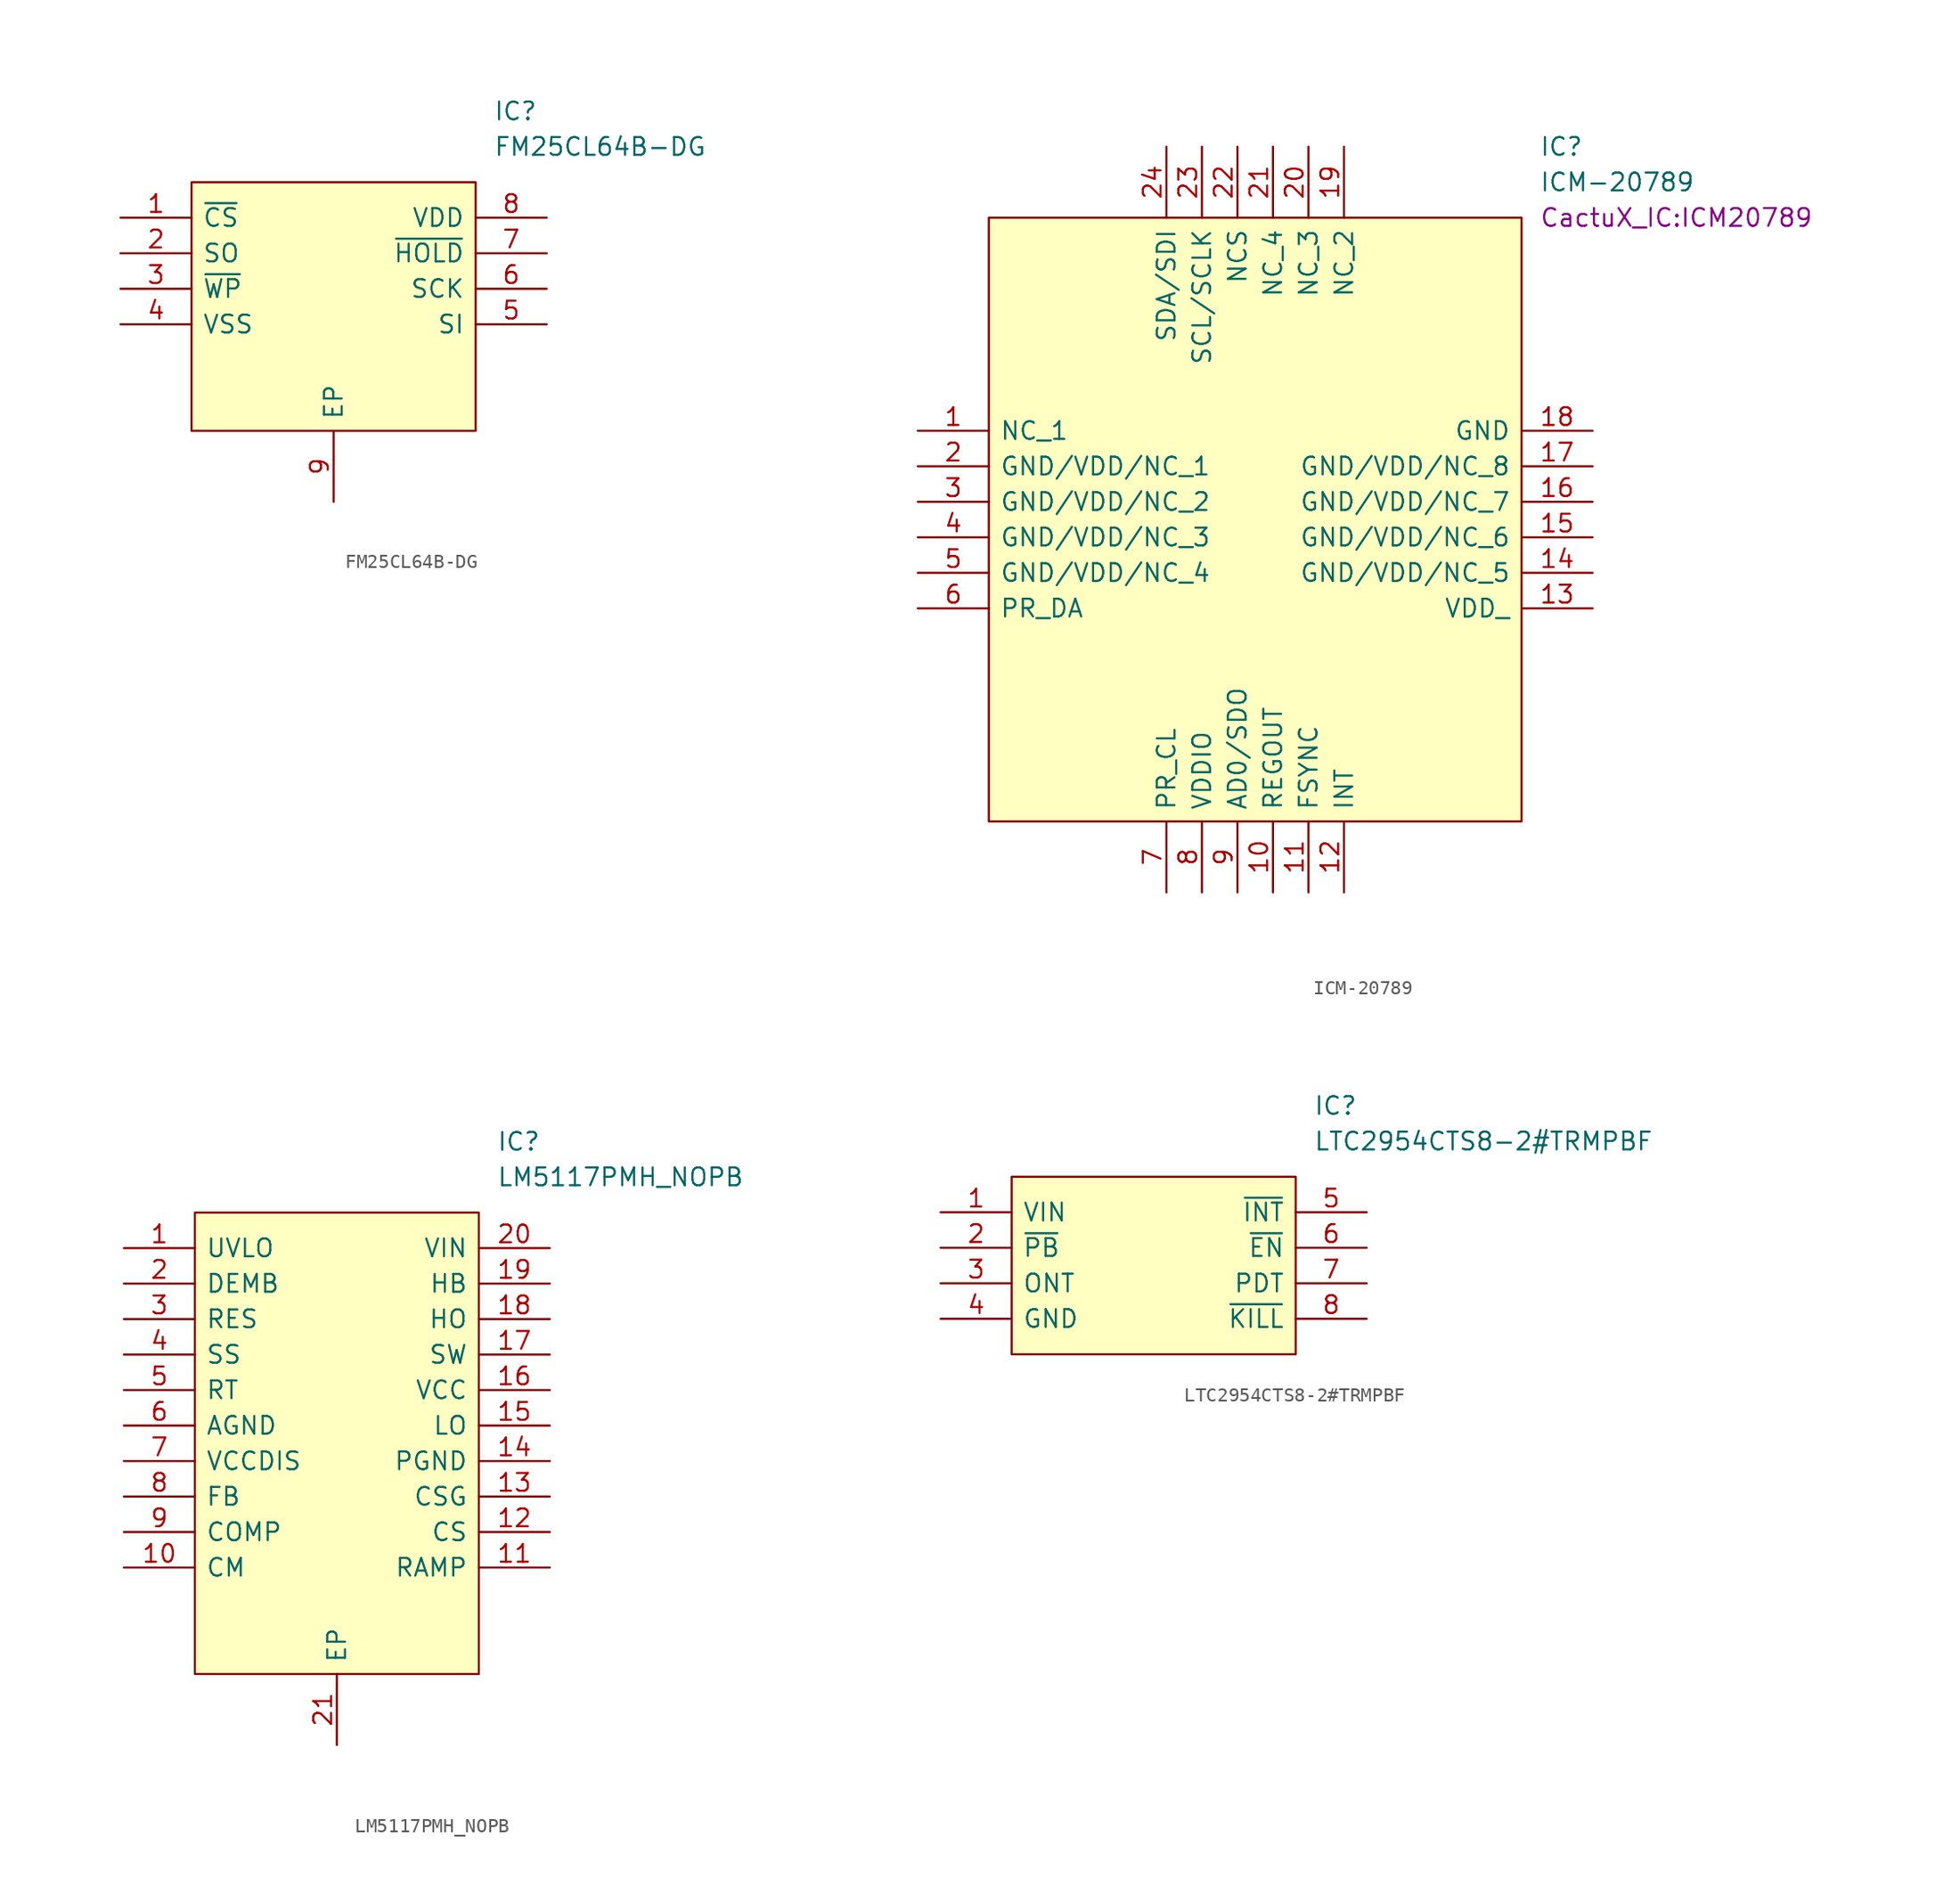
<source format=kicad_sym>
(kicad_symbol_lib
  (version 20220914)
  (generator kicad_symbol_editor)
  (symbol "FM25CL64B-DG"
    (pin_names
      (offset 0.762))
    (property "Reference" "IC"
      (at 26.67 7.62 0)
      (effects (font (size 1.27 1.27)) (justify left)))
    (property "Value" "FM25CL64B-DG"
      (at 26.67 5.08 0)
      (effects (font (size 1.27 1.27)) (justify left)))
    (symbol "FM25CL64B-DG_0_0"
      (pin passive line (at 0 0 0) (length 5.08) (name "~{CS}" (effects (font (size 1.27 1.27)))) (number "1" (effects (font (size 1.27 1.27)))))
      (pin passive line (at 0 -2.54 0) (length 5.08) (name "SO" (effects (font (size 1.27 1.27)))) (number "2" (effects (font (size 1.27 1.27)))))
      (pin passive line (at 0 -5.08 0) (length 5.08) (name "~{WP}" (effects (font (size 1.27 1.27)))) (number "3" (effects (font (size 1.27 1.27)))))
      (pin passive line (at 0 -7.62 0) (length 5.08) (name "VSS" (effects (font (size 1.27 1.27)))) (number "4" (effects (font (size 1.27 1.27)))))
      (pin passive line (at 30.48 -7.62 180) (length 5.08) (name "SI" (effects (font (size 1.27 1.27)))) (number "5" (effects (font (size 1.27 1.27)))))
      (pin passive line (at 30.48 -5.08 180) (length 5.08) (name "SCK" (effects (font (size 1.27 1.27)))) (number "6" (effects (font (size 1.27 1.27)))))
      (pin passive line (at 30.48 -2.54 180) (length 5.08) (name "~{HOLD}" (effects (font (size 1.27 1.27)))) (number "7" (effects (font (size 1.27 1.27)))))
      (pin passive line (at 30.48 0 180) (length 5.08) (name "VDD" (effects (font (size 1.27 1.27)))) (number "8" (effects (font (size 1.27 1.27)))))
      (pin passive line (at 15.24 -20.32 90) (length 5.08) (name "EP" (effects (font (size 1.27 1.27)))) (number "9" (effects (font (size 1.27 1.27))))))
    (symbol "FM25CL64B-DG_1_1"
      (polyline (pts (xy 5.08 2.54) (xy 25.4 2.54) (xy 25.4 -15.24) (xy 5.08 -15.24) (xy 5.08 2.54)) (stroke (width 0.152) (type solid)) (fill (type background)))))
  (symbol "ICM-20789"
    (pin_names
      (offset 0.762))
    (property "Reference" "IC"
      (at 44.45 20.32 0)
      (effects (font (size 1.27 1.27)) (justify left)))
    (property "Value" "ICM-20789"
      (at 44.45 17.78 0)
      (effects (font (size 1.27 1.27)) (justify left)))
    (property "Footprint" "CactuX_IC:ICM20789"
      (at 44.45 15.24 0)
      (effects (font (size 1.27 1.27)) (justify left)))
    (symbol "ICM-20789_0_0"
      (pin passive line (at 0 0 0) (length 5.08) (name "NC_1" (effects (font (size 1.27 1.27)))) (number "1" (effects (font (size 1.27 1.27)))))
      (pin passive line (at 25.4 -33.02 90) (length 5.08) (name "REGOUT" (effects (font (size 1.27 1.27)))) (number "10" (effects (font (size 1.27 1.27)))))
      (pin passive line (at 27.94 -33.02 90) (length 5.08) (name "FSYNC" (effects (font (size 1.27 1.27)))) (number "11" (effects (font (size 1.27 1.27)))))
      (pin passive line (at 30.48 -33.02 90) (length 5.08) (name "INT" (effects (font (size 1.27 1.27)))) (number "12" (effects (font (size 1.27 1.27)))))
      (pin passive line (at 48.26 -12.7 180) (length 5.08) (name "VDD_" (effects (font (size 1.27 1.27)))) (number "13" (effects (font (size 1.27 1.27)))))
      (pin passive line (at 48.26 -10.16 180) (length 5.08) (name "GND/VDD/NC_5" (effects (font (size 1.27 1.27)))) (number "14" (effects (font (size 1.27 1.27)))))
      (pin passive line (at 48.26 -7.62 180) (length 5.08) (name "GND/VDD/NC_6" (effects (font (size 1.27 1.27)))) (number "15" (effects (font (size 1.27 1.27)))))
      (pin passive line (at 48.26 -5.08 180) (length 5.08) (name "GND/VDD/NC_7" (effects (font (size 1.27 1.27)))) (number "16" (effects (font (size 1.27 1.27)))))
      (pin passive line (at 48.26 -2.54 180) (length 5.08) (name "GND/VDD/NC_8" (effects (font (size 1.27 1.27)))) (number "17" (effects (font (size 1.27 1.27)))))
      (pin passive line (at 48.26 0 180) (length 5.08) (name "GND" (effects (font (size 1.27 1.27)))) (number "18" (effects (font (size 1.27 1.27)))))
      (pin passive line (at 30.48 20.32 270) (length 5.08) (name "NC_2" (effects (font (size 1.27 1.27)))) (number "19" (effects (font (size 1.27 1.27)))))
      (pin passive line (at 0 -2.54 0) (length 5.08) (name "GND/VDD/NC_1" (effects (font (size 1.27 1.27)))) (number "2" (effects (font (size 1.27 1.27)))))
      (pin passive line (at 27.94 20.32 270) (length 5.08) (name "NC_3" (effects (font (size 1.27 1.27)))) (number "20" (effects (font (size 1.27 1.27)))))
      (pin passive line (at 25.4 20.32 270) (length 5.08) (name "NC_4" (effects (font (size 1.27 1.27)))) (number "21" (effects (font (size 1.27 1.27)))))
      (pin passive line (at 22.86 20.32 270) (length 5.08) (name "NCS" (effects (font (size 1.27 1.27)))) (number "22" (effects (font (size 1.27 1.27)))))
      (pin passive line (at 20.32 20.32 270) (length 5.08) (name "SCL/SCLK" (effects (font (size 1.27 1.27)))) (number "23" (effects (font (size 1.27 1.27)))))
      (pin passive line (at 17.78 20.32 270) (length 5.08) (name "SDA/SDI" (effects (font (size 1.27 1.27)))) (number "24" (effects (font (size 1.27 1.27)))))
      (pin passive line (at 0 -5.08 0) (length 5.08) (name "GND/VDD/NC_2" (effects (font (size 1.27 1.27)))) (number "3" (effects (font (size 1.27 1.27)))))
      (pin passive line (at 0 -7.62 0) (length 5.08) (name "GND/VDD/NC_3" (effects (font (size 1.27 1.27)))) (number "4" (effects (font (size 1.27 1.27)))))
      (pin passive line (at 0 -10.16 0) (length 5.08) (name "GND/VDD/NC_4" (effects (font (size 1.27 1.27)))) (number "5" (effects (font (size 1.27 1.27)))))
      (pin passive line (at 0 -12.7 0) (length 5.08) (name "PR_DA" (effects (font (size 1.27 1.27)))) (number "6" (effects (font (size 1.27 1.27)))))
      (pin passive line (at 17.78 -33.02 90) (length 5.08) (name "PR_CL" (effects (font (size 1.27 1.27)))) (number "7" (effects (font (size 1.27 1.27)))))
      (pin passive line (at 20.32 -33.02 90) (length 5.08) (name "VDDIO" (effects (font (size 1.27 1.27)))) (number "8" (effects (font (size 1.27 1.27)))))
      (pin passive line (at 22.86 -33.02 90) (length 5.08) (name "AD0/SDO" (effects (font (size 1.27 1.27)))) (number "9" (effects (font (size 1.27 1.27))))))
    (symbol "ICM-20789_1_1"
      (polyline (pts (xy 5.08 15.24) (xy 43.18 15.24) (xy 43.18 -27.94) (xy 5.08 -27.94) (xy 5.08 15.24)) (stroke (width 0.152) (type solid)) (fill (type background)))))
  (symbol "LM5117PMH_NOPB"
    (pin_names
      (offset 0.762))
    (property "Reference" "IC"
      (at 26.67 7.62 0)
      (effects (font (size 1.27 1.27)) (justify left)))
    (property "Value" "LM5117PMH_NOPB"
      (at 26.67 5.08 0)
      (effects (font (size 1.27 1.27)) (justify left)))
    (symbol "LM5117PMH_NOPB_0_0"
      (pin passive line (at 0 0 0) (length 5.08) (name "UVLO" (effects (font (size 1.27 1.27)))) (number "1" (effects (font (size 1.27 1.27)))))
      (pin passive line (at 0 -22.86 0) (length 5.08) (name "CM" (effects (font (size 1.27 1.27)))) (number "10" (effects (font (size 1.27 1.27)))))
      (pin passive line (at 30.48 -22.86 180) (length 5.08) (name "RAMP" (effects (font (size 1.27 1.27)))) (number "11" (effects (font (size 1.27 1.27)))))
      (pin passive line (at 30.48 -20.32 180) (length 5.08) (name "CS" (effects (font (size 1.27 1.27)))) (number "12" (effects (font (size 1.27 1.27)))))
      (pin passive line (at 30.48 -17.78 180) (length 5.08) (name "CSG" (effects (font (size 1.27 1.27)))) (number "13" (effects (font (size 1.27 1.27)))))
      (pin passive line (at 30.48 -15.24 180) (length 5.08) (name "PGND" (effects (font (size 1.27 1.27)))) (number "14" (effects (font (size 1.27 1.27)))))
      (pin passive line (at 30.48 -12.7 180) (length 5.08) (name "LO" (effects (font (size 1.27 1.27)))) (number "15" (effects (font (size 1.27 1.27)))))
      (pin passive line (at 30.48 -10.16 180) (length 5.08) (name "VCC" (effects (font (size 1.27 1.27)))) (number "16" (effects (font (size 1.27 1.27)))))
      (pin passive line (at 30.48 -7.62 180) (length 5.08) (name "SW" (effects (font (size 1.27 1.27)))) (number "17" (effects (font (size 1.27 1.27)))))
      (pin passive line (at 30.48 -5.08 180) (length 5.08) (name "HO" (effects (font (size 1.27 1.27)))) (number "18" (effects (font (size 1.27 1.27)))))
      (pin passive line (at 30.48 -2.54 180) (length 5.08) (name "HB" (effects (font (size 1.27 1.27)))) (number "19" (effects (font (size 1.27 1.27)))))
      (pin passive line (at 0 -2.54 0) (length 5.08) (name "DEMB" (effects (font (size 1.27 1.27)))) (number "2" (effects (font (size 1.27 1.27)))))
      (pin passive line (at 30.48 0 180) (length 5.08) (name "VIN" (effects (font (size 1.27 1.27)))) (number "20" (effects (font (size 1.27 1.27)))))
      (pin passive line (at 15.24 -35.56 90) (length 5.08) (name "EP" (effects (font (size 1.27 1.27)))) (number "21" (effects (font (size 1.27 1.27)))))
      (pin passive line (at 0 -5.08 0) (length 5.08) (name "RES" (effects (font (size 1.27 1.27)))) (number "3" (effects (font (size 1.27 1.27)))))
      (pin passive line (at 0 -7.62 0) (length 5.08) (name "SS" (effects (font (size 1.27 1.27)))) (number "4" (effects (font (size 1.27 1.27)))))
      (pin passive line (at 0 -10.16 0) (length 5.08) (name "RT" (effects (font (size 1.27 1.27)))) (number "5" (effects (font (size 1.27 1.27)))))
      (pin passive line (at 0 -12.7 0) (length 5.08) (name "AGND" (effects (font (size 1.27 1.27)))) (number "6" (effects (font (size 1.27 1.27)))))
      (pin passive line (at 0 -15.24 0) (length 5.08) (name "VCCDIS" (effects (font (size 1.27 1.27)))) (number "7" (effects (font (size 1.27 1.27)))))
      (pin passive line (at 0 -17.78 0) (length 5.08) (name "FB" (effects (font (size 1.27 1.27)))) (number "8" (effects (font (size 1.27 1.27)))))
      (pin passive line (at 0 -20.32 0) (length 5.08) (name "COMP" (effects (font (size 1.27 1.27)))) (number "9" (effects (font (size 1.27 1.27))))))
    (symbol "LM5117PMH_NOPB_1_1"
      (polyline (pts (xy 5.08 2.54) (xy 25.4 2.54) (xy 25.4 -30.48) (xy 5.08 -30.48) (xy 5.08 2.54)) (stroke (width 0.152) (type solid)) (fill (type background)))))
  (symbol "LTC2954CTS8-2#TRMPBF"
    (pin_names
      (offset 0.762))
    (property "Reference" "IC"
      (at 26.67 7.62 0)
      (effects (font (size 1.27 1.27)) (justify left)))
    (property "Value" "LTC2954CTS8-2#TRMPBF"
      (at 26.67 5.08 0)
      (effects (font (size 1.27 1.27)) (justify left)))
    (symbol "LTC2954CTS8-2#TRMPBF_0_0"
      (pin passive line (at 0 0 0) (length 5.08) (name "VIN" (effects (font (size 1.27 1.27)))) (number "1" (effects (font (size 1.27 1.27)))))
      (pin passive line (at 0 -2.54 0) (length 5.08) (name "~{PB}" (effects (font (size 1.27 1.27)))) (number "2" (effects (font (size 1.27 1.27)))))
      (pin passive line (at 0 -5.08 0) (length 5.08) (name "ONT" (effects (font (size 1.27 1.27)))) (number "3" (effects (font (size 1.27 1.27)))))
      (pin passive line (at 0 -7.62 0) (length 5.08) (name "GND" (effects (font (size 1.27 1.27)))) (number "4" (effects (font (size 1.27 1.27)))))
      (pin passive line (at 30.48 0 180) (length 5.08) (name "~{INT}" (effects (font (size 1.27 1.27)))) (number "5" (effects (font (size 1.27 1.27)))))
      (pin passive line (at 30.48 -2.54 180) (length 5.08) (name "~{EN}" (effects (font (size 1.27 1.27)))) (number "6" (effects (font (size 1.27 1.27)))))
      (pin passive line (at 30.48 -5.08 180) (length 5.08) (name "PDT" (effects (font (size 1.27 1.27)))) (number "7" (effects (font (size 1.27 1.27)))))
      (pin passive line (at 30.48 -7.62 180) (length 5.08) (name "~{KILL}" (effects (font (size 1.27 1.27)))) (number "8" (effects (font (size 1.27 1.27))))))
    (symbol "LTC2954CTS8-2#TRMPBF_1_1"
      (polyline (pts (xy 5.08 2.54) (xy 25.4 2.54) (xy 25.4 -10.16) (xy 5.08 -10.16) (xy 5.08 2.54)) (stroke (width 0.152) (type solid)) (fill (type background))))))
</source>
